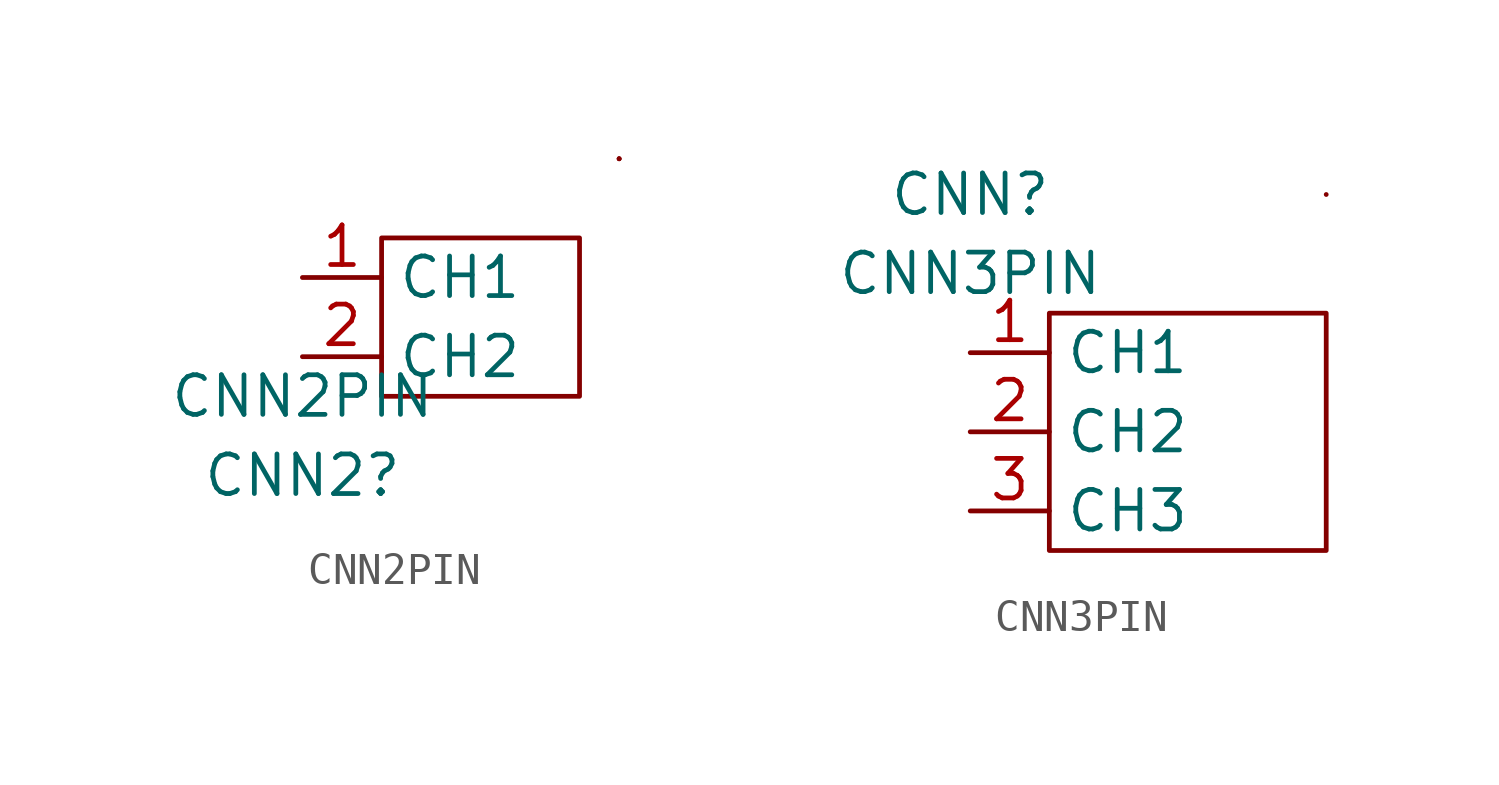
<source format=kicad_sym>
(kicad_symbol_lib
  (version 20211014)
  (generator kicad_symbol_editor)
  (symbol "CNN2PIN"
    (property "Reference" "CNN2"
      (at 0 -6.35 0)
      (effects (font (size 1.27 1.27))))
    (property "Value" "CNN2PIN"
      (at 0 -3.81 0)
      (effects (font (size 1.27 1.27))))
    (symbol "CNN2PIN_0_1"
      (rectangle (start 2.54 1.27) (end 8.89 -3.81) (stroke (width 0) (type default) (color 0 0 0 0)) (fill (type none)))
      (rectangle (start 10.16 3.81) (end 10.16 3.81) (stroke (width 0) (type default) (color 0 0 0 0)) (fill (type none)))
      (rectangle (start 10.16 3.81) (end 10.16 3.81) (stroke (width 0) (type default) (color 0 0 0 0)) (fill (type none)))
      (rectangle (start 10.16 3.81) (end 10.16 3.81) (stroke (width 0) (type default) (color 0 0 0 0)) (fill (type none))))
    (symbol "CNN2PIN_1_1"
      (pin passive line (at 0 0 0) (length 2.54) (name "CH1" (effects (font (size 1.27 1.27)))) (number "1" (effects (font (size 1.27 1.27)))))
      (pin passive line (at 0 -2.54 0) (length 2.54) (name "CH2" (effects (font (size 1.27 1.27)))) (number "2" (effects (font (size 1.27 1.27)))))))
  (symbol "CNN3PIN"
    (property "Reference" "CNN"
      (at 0 5.08 0)
      (effects (font (size 1.27 1.27))))
    (property "Value" "CNN3PIN"
      (at 0 2.54 0)
      (effects (font (size 1.27 1.27))))
    (symbol "CNN3PIN_0_1"
      (rectangle (start 2.54 1.27) (end 11.43 -6.35) (stroke (width 0) (type default) (color 0 0 0 0)) (fill (type none)))
      (rectangle (start 11.43 5.08) (end 11.43 5.08) (stroke (width 0) (type default) (color 0 0 0 0)) (fill (type none))))
    (symbol "CNN3PIN_1_1"
      (pin passive line (at 0 0 0) (length 2.54) (name "CH1" (effects (font (size 1.27 1.27)))) (number "1" (effects (font (size 1.27 1.27)))))
      (pin passive line (at 0 -2.54 0) (length 2.54) (name "CH2" (effects (font (size 1.27 1.27)))) (number "2" (effects (font (size 1.27 1.27)))))
      (pin passive line (at 0 -5.08 0) (length 2.54) (name "CH3" (effects (font (size 1.27 1.27)))) (number "3" (effects (font (size 1.27 1.27))))))))
</source>
